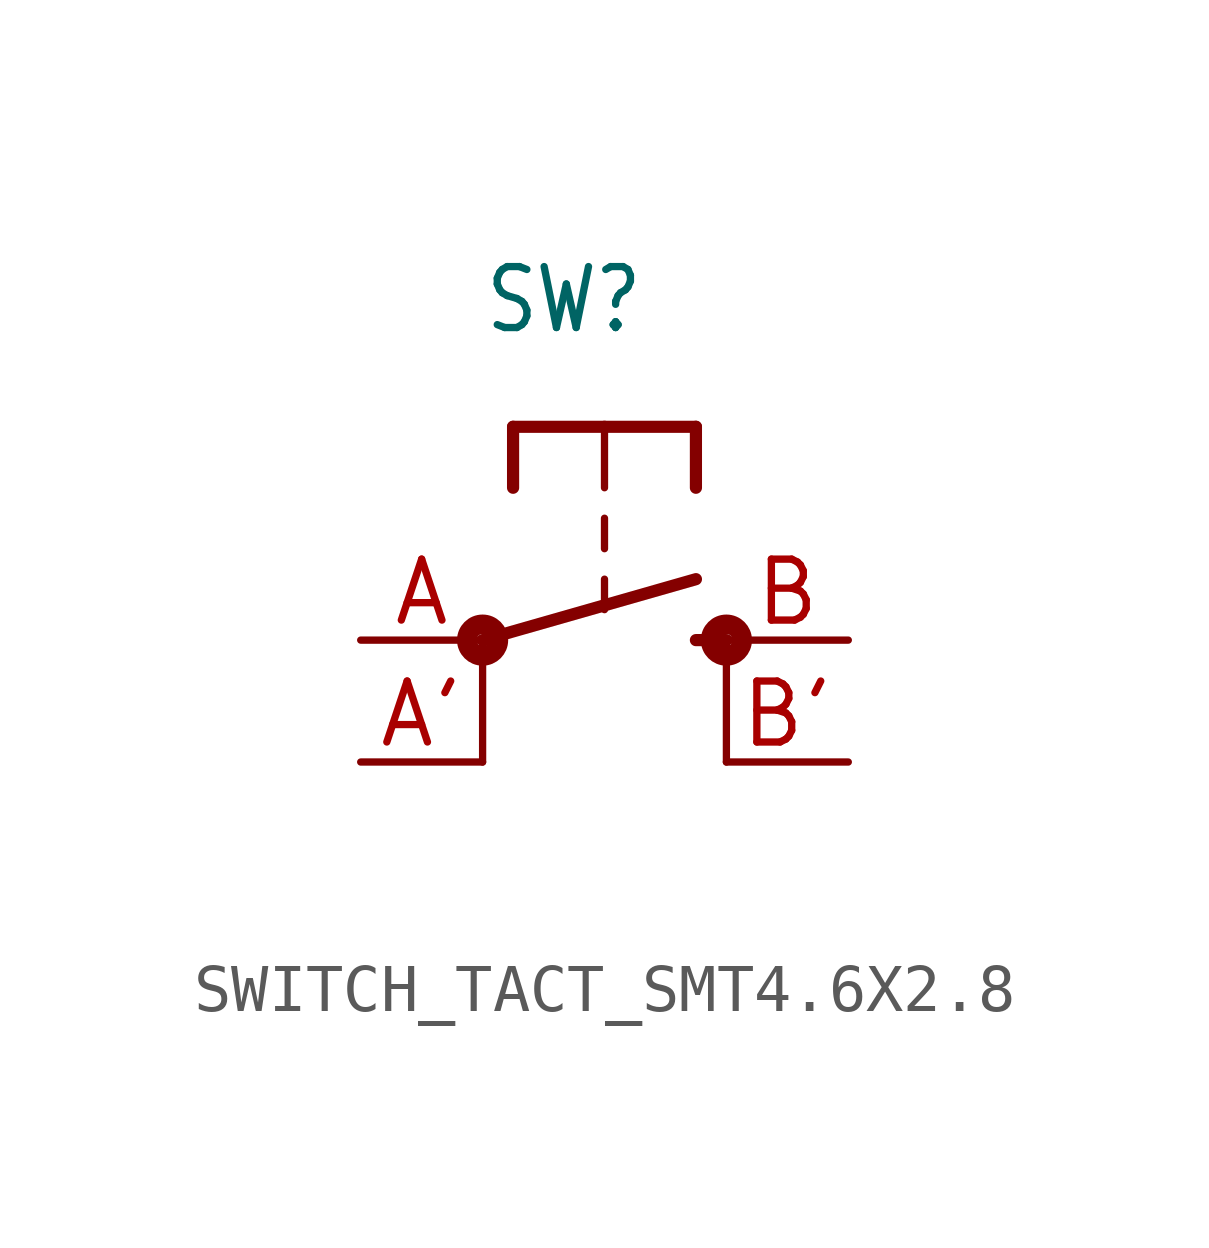
<source format=kicad_sym>
(kicad_symbol_lib
  (version 20231120)
  (generator "kicad_symbol_editor")
  (generator_version "8.0")
  (symbol "SWITCH_TACT_SMT4.6X2.8"
    (property "Reference" "SW"
      (at -2.54 6.35 0)
      (effects (font (size 1.27 1.079)) (justify left bottom)))
    (property "Value" ""
      (at -2.54 -5.08 0)
      (effects (font (size 1.27 1.079)) (justify left bottom)))
    (property "ki_locked" ""
      (at 0 0 0)
      (effects (font (size 1.27 1.27))))
    (symbol "SWITCH_TACT_SMT4.6X2.8_1_0"
      (circle (center -2.54 0) (radius 0.127) (stroke (width 0.406) (type solid)) (fill (type none)))
      (polyline (pts (xy -2.54 -2.54) (xy -2.54 0)) (stroke (width 0.152) (type solid)) (fill (type none)))
      (polyline (pts (xy -2.54 0) (xy 1.905 1.27)) (stroke (width 0.254) (type solid)) (fill (type none)))
      (polyline (pts (xy -1.905 4.445) (xy -1.905 3.175)) (stroke (width 0.254) (type solid)) (fill (type none)))
      (polyline (pts (xy 0 1.27) (xy 0 0.635)) (stroke (width 0.152) (type solid)) (fill (type none)))
      (polyline (pts (xy 0 2.54) (xy 0 1.905)) (stroke (width 0.152) (type solid)) (fill (type none)))
      (polyline (pts (xy 0 4.445) (xy -1.905 4.445)) (stroke (width 0.254) (type solid)) (fill (type none)))
      (polyline (pts (xy 0 4.445) (xy 0 3.175)) (stroke (width 0.152) (type solid)) (fill (type none)))
      (polyline (pts (xy 1.905 0) (xy 2.54 0)) (stroke (width 0.254) (type solid)) (fill (type none)))
      (polyline (pts (xy 1.905 4.445) (xy 0 4.445)) (stroke (width 0.254) (type solid)) (fill (type none)))
      (polyline (pts (xy 1.905 4.445) (xy 1.905 3.175)) (stroke (width 0.254) (type solid)) (fill (type none)))
      (polyline (pts (xy 2.54 -2.54) (xy 2.54 0)) (stroke (width 0.152) (type solid)) (fill (type none)))
      (circle (center 2.54 0) (radius 0.127) (stroke (width 0.406) (type solid)) (fill (type none)))
      (pin passive line (at -5.08 0 0) (length 2.54) (name "P" (effects (font (size 0 0)))) (number "A" (effects (font (size 1.27 1.27)))))
      (pin passive line (at -5.08 -2.54 0) (length 2.54) (name "P1" (effects (font (size 0 0)))) (number "A'" (effects (font (size 1.27 1.27)))))
      (pin passive line (at 5.08 0 180) (length 2.54) (name "S" (effects (font (size 0 0)))) (number "B" (effects (font (size 1.27 1.27)))))
      (pin passive line (at 5.08 -2.54 180) (length 2.54) (name "S1" (effects (font (size 0 0)))) (number "B'" (effects (font (size 1.27 1.27))))))))
</source>
